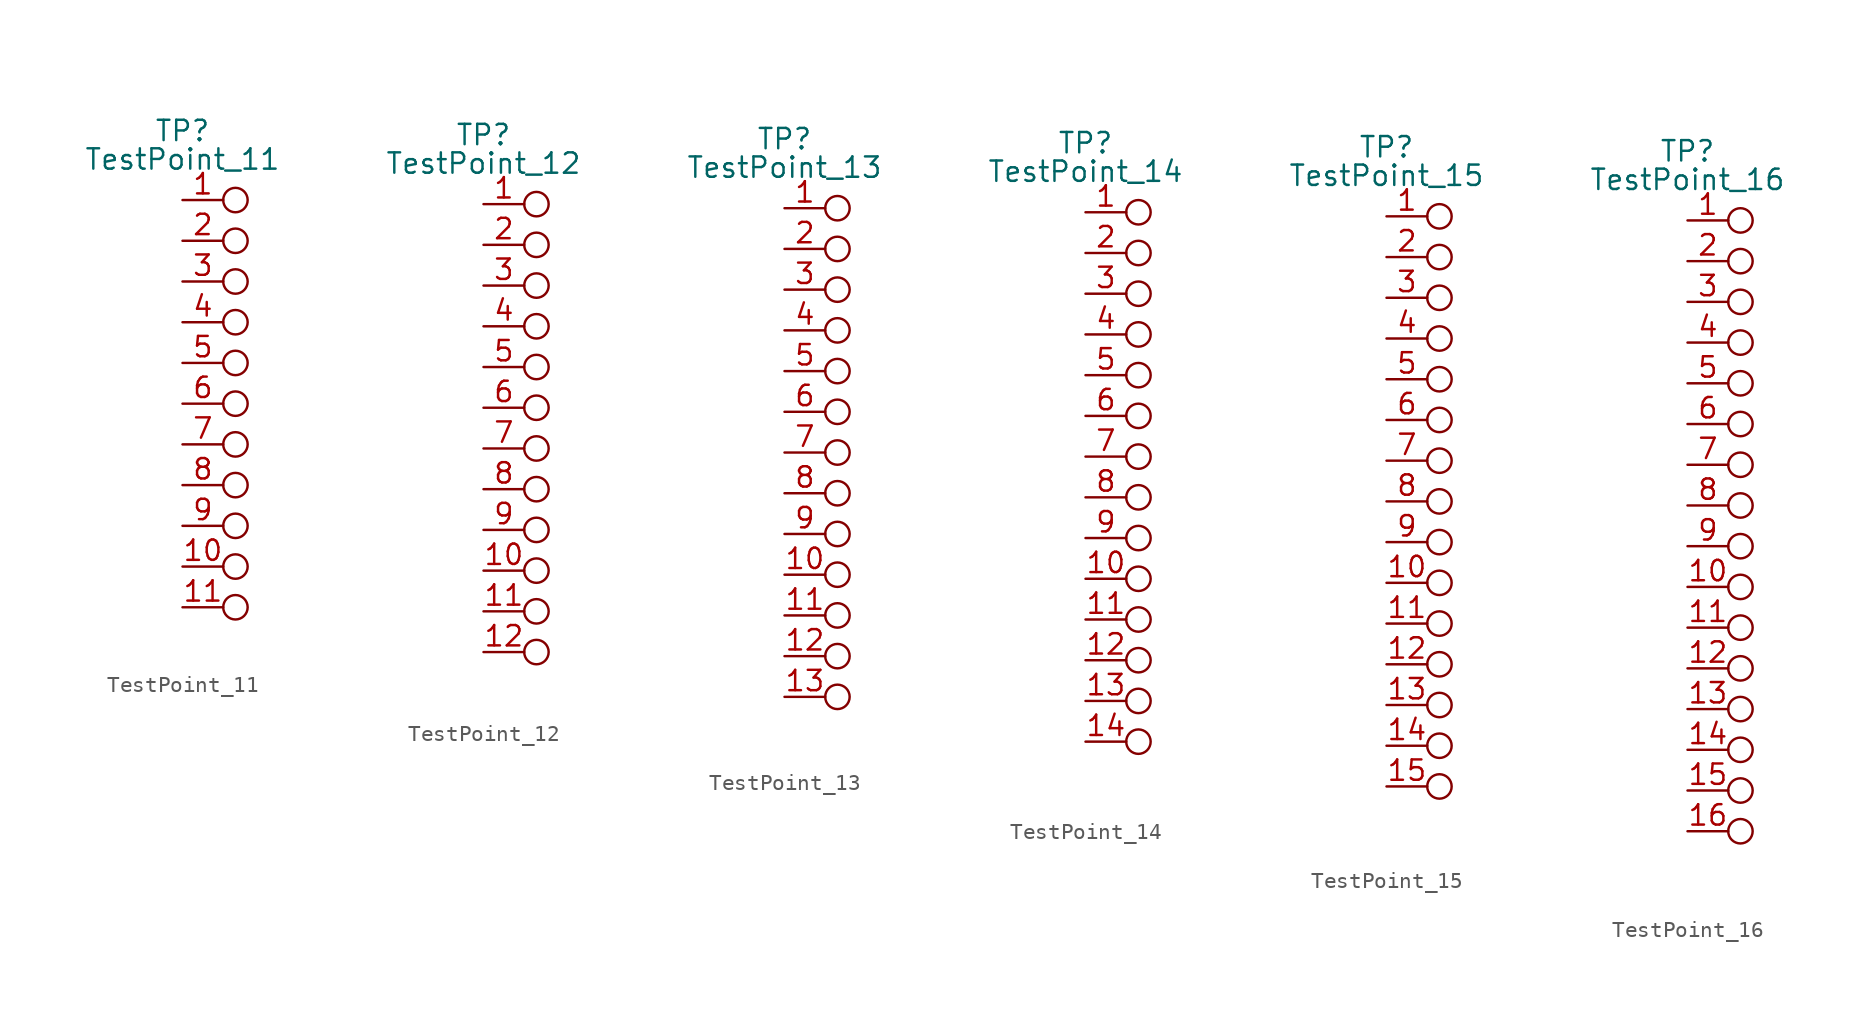
<source format=kicad_sym>
(kicad_symbol_lib
  (version 20211014)
  (generator kicad_symbol_editor)
  (symbol "TestPoint_11"
    (pin_names
      (offset 0.762) hide)
    (property "Reference" "TP"
      (at 0 4.318 0)
      (effects (font (size 1.27 1.27))))
    (property "Value" "TestPoint_11"
      (at 0 2.54 0)
      (effects (font (size 1.27 1.27))))
    (symbol "TestPoint_11_0_1"
      (circle (center 3.302 0) (radius 0.762) (stroke (width 0) (type default) (color 0 0 0 0)) (fill (type none))))
    (symbol "TestPoint_11_1_1"
      (circle (center 3.302 -25.4) (radius 0.762) (stroke (width 0) (type default) (color 0 0 0 0)) (fill (type none)))
      (circle (center 3.302 -22.86) (radius 0.762) (stroke (width 0) (type default) (color 0 0 0 0)) (fill (type none)))
      (circle (center 3.302 -20.32) (radius 0.762) (stroke (width 0) (type default) (color 0 0 0 0)) (fill (type none)))
      (circle (center 3.302 -17.78) (radius 0.762) (stroke (width 0) (type default) (color 0 0 0 0)) (fill (type none)))
      (circle (center 3.302 -15.24) (radius 0.762) (stroke (width 0) (type default) (color 0 0 0 0)) (fill (type none)))
      (circle (center 3.302 -12.7) (radius 0.762) (stroke (width 0) (type default) (color 0 0 0 0)) (fill (type none)))
      (circle (center 3.302 -10.16) (radius 0.762) (stroke (width 0) (type default) (color 0 0 0 0)) (fill (type none)))
      (circle (center 3.302 -7.62) (radius 0.762) (stroke (width 0) (type default) (color 0 0 0 0)) (fill (type none)))
      (circle (center 3.302 -5.08) (radius 0.762) (stroke (width 0) (type default) (color 0 0 0 0)) (fill (type none)))
      (circle (center 3.302 -2.54) (radius 0.762) (stroke (width 0) (type default) (color 0 0 0 0)) (fill (type none)))
      (pin passive line (at 0 0 0) (length 2.54) (name "1" (effects (font (size 1.27 1.27)))) (number "1" (effects (font (size 1.27 1.27)))))
      (pin passive line (at 0 -22.86 0) (length 2.54) (name "10" (effects (font (size 1.27 1.27)))) (number "10" (effects (font (size 1.27 1.27)))))
      (pin passive line (at 0 -25.4 0) (length 2.54) (name "11" (effects (font (size 1.27 1.27)))) (number "11" (effects (font (size 1.27 1.27)))))
      (pin passive line (at 0 -2.54 0) (length 2.54) (name "2" (effects (font (size 1.27 1.27)))) (number "2" (effects (font (size 1.27 1.27)))))
      (pin passive line (at 0 -5.08 0) (length 2.54) (name "3" (effects (font (size 1.27 1.27)))) (number "3" (effects (font (size 1.27 1.27)))))
      (pin passive line (at 0 -7.62 0) (length 2.54) (name "4" (effects (font (size 1.27 1.27)))) (number "4" (effects (font (size 1.27 1.27)))))
      (pin passive line (at 0 -10.16 0) (length 2.54) (name "5" (effects (font (size 1.27 1.27)))) (number "5" (effects (font (size 1.27 1.27)))))
      (pin passive line (at 0 -12.7 0) (length 2.54) (name "6" (effects (font (size 1.27 1.27)))) (number "6" (effects (font (size 1.27 1.27)))))
      (pin passive line (at 0 -15.24 0) (length 2.54) (name "7" (effects (font (size 1.27 1.27)))) (number "7" (effects (font (size 1.27 1.27)))))
      (pin passive line (at 0 -17.78 0) (length 2.54) (name "8" (effects (font (size 1.27 1.27)))) (number "8" (effects (font (size 1.27 1.27)))))
      (pin passive line (at 0 -20.32 0) (length 2.54) (name "9" (effects (font (size 1.27 1.27)))) (number "9" (effects (font (size 1.27 1.27)))))))
  (symbol "TestPoint_12"
    (pin_names
      (offset 0.762) hide)
    (property "Reference" "TP"
      (at 0 4.318 0)
      (effects (font (size 1.27 1.27))))
    (property "Value" "TestPoint_12"
      (at 0 2.54 0)
      (effects (font (size 1.27 1.27))))
    (symbol "TestPoint_12_0_1"
      (circle (center 3.302 0) (radius 0.762) (stroke (width 0) (type default) (color 0 0 0 0)) (fill (type none))))
    (symbol "TestPoint_12_1_1"
      (circle (center 3.302 -27.94) (radius 0.762) (stroke (width 0) (type default) (color 0 0 0 0)) (fill (type none)))
      (circle (center 3.302 -25.4) (radius 0.762) (stroke (width 0) (type default) (color 0 0 0 0)) (fill (type none)))
      (circle (center 3.302 -22.86) (radius 0.762) (stroke (width 0) (type default) (color 0 0 0 0)) (fill (type none)))
      (circle (center 3.302 -20.32) (radius 0.762) (stroke (width 0) (type default) (color 0 0 0 0)) (fill (type none)))
      (circle (center 3.302 -17.78) (radius 0.762) (stroke (width 0) (type default) (color 0 0 0 0)) (fill (type none)))
      (circle (center 3.302 -15.24) (radius 0.762) (stroke (width 0) (type default) (color 0 0 0 0)) (fill (type none)))
      (circle (center 3.302 -12.7) (radius 0.762) (stroke (width 0) (type default) (color 0 0 0 0)) (fill (type none)))
      (circle (center 3.302 -10.16) (radius 0.762) (stroke (width 0) (type default) (color 0 0 0 0)) (fill (type none)))
      (circle (center 3.302 -7.62) (radius 0.762) (stroke (width 0) (type default) (color 0 0 0 0)) (fill (type none)))
      (circle (center 3.302 -5.08) (radius 0.762) (stroke (width 0) (type default) (color 0 0 0 0)) (fill (type none)))
      (circle (center 3.302 -2.54) (radius 0.762) (stroke (width 0) (type default) (color 0 0 0 0)) (fill (type none)))
      (pin passive line (at 0 0 0) (length 2.54) (name "1" (effects (font (size 1.27 1.27)))) (number "1" (effects (font (size 1.27 1.27)))))
      (pin passive line (at 0 -22.86 0) (length 2.54) (name "10" (effects (font (size 1.27 1.27)))) (number "10" (effects (font (size 1.27 1.27)))))
      (pin passive line (at 0 -25.4 0) (length 2.54) (name "11" (effects (font (size 1.27 1.27)))) (number "11" (effects (font (size 1.27 1.27)))))
      (pin passive line (at 0 -27.94 0) (length 2.54) (name "12" (effects (font (size 1.27 1.27)))) (number "12" (effects (font (size 1.27 1.27)))))
      (pin passive line (at 0 -2.54 0) (length 2.54) (name "2" (effects (font (size 1.27 1.27)))) (number "2" (effects (font (size 1.27 1.27)))))
      (pin passive line (at 0 -5.08 0) (length 2.54) (name "3" (effects (font (size 1.27 1.27)))) (number "3" (effects (font (size 1.27 1.27)))))
      (pin passive line (at 0 -7.62 0) (length 2.54) (name "4" (effects (font (size 1.27 1.27)))) (number "4" (effects (font (size 1.27 1.27)))))
      (pin passive line (at 0 -10.16 0) (length 2.54) (name "5" (effects (font (size 1.27 1.27)))) (number "5" (effects (font (size 1.27 1.27)))))
      (pin passive line (at 0 -12.7 0) (length 2.54) (name "6" (effects (font (size 1.27 1.27)))) (number "6" (effects (font (size 1.27 1.27)))))
      (pin passive line (at 0 -15.24 0) (length 2.54) (name "7" (effects (font (size 1.27 1.27)))) (number "7" (effects (font (size 1.27 1.27)))))
      (pin passive line (at 0 -17.78 0) (length 2.54) (name "8" (effects (font (size 1.27 1.27)))) (number "8" (effects (font (size 1.27 1.27)))))
      (pin passive line (at 0 -20.32 0) (length 2.54) (name "9" (effects (font (size 1.27 1.27)))) (number "9" (effects (font (size 1.27 1.27)))))))
  (symbol "TestPoint_13"
    (pin_names
      (offset 0.762) hide)
    (property "Reference" "TP"
      (at 0 4.318 0)
      (effects (font (size 1.27 1.27))))
    (property "Value" "TestPoint_13"
      (at 0 2.54 0)
      (effects (font (size 1.27 1.27))))
    (symbol "TestPoint_13_0_1"
      (circle (center 3.302 0) (radius 0.762) (stroke (width 0) (type default) (color 0 0 0 0)) (fill (type none))))
    (symbol "TestPoint_13_1_1"
      (circle (center 3.302 -30.48) (radius 0.762) (stroke (width 0) (type default) (color 0 0 0 0)) (fill (type none)))
      (circle (center 3.302 -27.94) (radius 0.762) (stroke (width 0) (type default) (color 0 0 0 0)) (fill (type none)))
      (circle (center 3.302 -25.4) (radius 0.762) (stroke (width 0) (type default) (color 0 0 0 0)) (fill (type none)))
      (circle (center 3.302 -22.86) (radius 0.762) (stroke (width 0) (type default) (color 0 0 0 0)) (fill (type none)))
      (circle (center 3.302 -20.32) (radius 0.762) (stroke (width 0) (type default) (color 0 0 0 0)) (fill (type none)))
      (circle (center 3.302 -17.78) (radius 0.762) (stroke (width 0) (type default) (color 0 0 0 0)) (fill (type none)))
      (circle (center 3.302 -15.24) (radius 0.762) (stroke (width 0) (type default) (color 0 0 0 0)) (fill (type none)))
      (circle (center 3.302 -12.7) (radius 0.762) (stroke (width 0) (type default) (color 0 0 0 0)) (fill (type none)))
      (circle (center 3.302 -10.16) (radius 0.762) (stroke (width 0) (type default) (color 0 0 0 0)) (fill (type none)))
      (circle (center 3.302 -7.62) (radius 0.762) (stroke (width 0) (type default) (color 0 0 0 0)) (fill (type none)))
      (circle (center 3.302 -5.08) (radius 0.762) (stroke (width 0) (type default) (color 0 0 0 0)) (fill (type none)))
      (circle (center 3.302 -2.54) (radius 0.762) (stroke (width 0) (type default) (color 0 0 0 0)) (fill (type none)))
      (pin passive line (at 0 0 0) (length 2.54) (name "1" (effects (font (size 1.27 1.27)))) (number "1" (effects (font (size 1.27 1.27)))))
      (pin passive line (at 0 -22.86 0) (length 2.54) (name "10" (effects (font (size 1.27 1.27)))) (number "10" (effects (font (size 1.27 1.27)))))
      (pin passive line (at 0 -25.4 0) (length 2.54) (name "11" (effects (font (size 1.27 1.27)))) (number "11" (effects (font (size 1.27 1.27)))))
      (pin passive line (at 0 -27.94 0) (length 2.54) (name "12" (effects (font (size 1.27 1.27)))) (number "12" (effects (font (size 1.27 1.27)))))
      (pin passive line (at 0 -30.48 0) (length 2.54) (name "13" (effects (font (size 1.27 1.27)))) (number "13" (effects (font (size 1.27 1.27)))))
      (pin passive line (at 0 -2.54 0) (length 2.54) (name "2" (effects (font (size 1.27 1.27)))) (number "2" (effects (font (size 1.27 1.27)))))
      (pin passive line (at 0 -5.08 0) (length 2.54) (name "3" (effects (font (size 1.27 1.27)))) (number "3" (effects (font (size 1.27 1.27)))))
      (pin passive line (at 0 -7.62 0) (length 2.54) (name "4" (effects (font (size 1.27 1.27)))) (number "4" (effects (font (size 1.27 1.27)))))
      (pin passive line (at 0 -10.16 0) (length 2.54) (name "5" (effects (font (size 1.27 1.27)))) (number "5" (effects (font (size 1.27 1.27)))))
      (pin passive line (at 0 -12.7 0) (length 2.54) (name "6" (effects (font (size 1.27 1.27)))) (number "6" (effects (font (size 1.27 1.27)))))
      (pin passive line (at 0 -15.24 0) (length 2.54) (name "7" (effects (font (size 1.27 1.27)))) (number "7" (effects (font (size 1.27 1.27)))))
      (pin passive line (at 0 -17.78 0) (length 2.54) (name "8" (effects (font (size 1.27 1.27)))) (number "8" (effects (font (size 1.27 1.27)))))
      (pin passive line (at 0 -20.32 0) (length 2.54) (name "9" (effects (font (size 1.27 1.27)))) (number "9" (effects (font (size 1.27 1.27)))))))
  (symbol "TestPoint_14"
    (pin_names
      (offset 0.762) hide)
    (property "Reference" "TP"
      (at 0 4.318 0)
      (effects (font (size 1.27 1.27))))
    (property "Value" "TestPoint_14"
      (at 0 2.54 0)
      (effects (font (size 1.27 1.27))))
    (symbol "TestPoint_14_0_1"
      (circle (center 3.302 0) (radius 0.762) (stroke (width 0) (type default) (color 0 0 0 0)) (fill (type none))))
    (symbol "TestPoint_14_1_1"
      (circle (center 3.302 -33.02) (radius 0.762) (stroke (width 0) (type default) (color 0 0 0 0)) (fill (type none)))
      (circle (center 3.302 -30.48) (radius 0.762) (stroke (width 0) (type default) (color 0 0 0 0)) (fill (type none)))
      (circle (center 3.302 -27.94) (radius 0.762) (stroke (width 0) (type default) (color 0 0 0 0)) (fill (type none)))
      (circle (center 3.302 -25.4) (radius 0.762) (stroke (width 0) (type default) (color 0 0 0 0)) (fill (type none)))
      (circle (center 3.302 -22.86) (radius 0.762) (stroke (width 0) (type default) (color 0 0 0 0)) (fill (type none)))
      (circle (center 3.302 -20.32) (radius 0.762) (stroke (width 0) (type default) (color 0 0 0 0)) (fill (type none)))
      (circle (center 3.302 -17.78) (radius 0.762) (stroke (width 0) (type default) (color 0 0 0 0)) (fill (type none)))
      (circle (center 3.302 -15.24) (radius 0.762) (stroke (width 0) (type default) (color 0 0 0 0)) (fill (type none)))
      (circle (center 3.302 -12.7) (radius 0.762) (stroke (width 0) (type default) (color 0 0 0 0)) (fill (type none)))
      (circle (center 3.302 -10.16) (radius 0.762) (stroke (width 0) (type default) (color 0 0 0 0)) (fill (type none)))
      (circle (center 3.302 -7.62) (radius 0.762) (stroke (width 0) (type default) (color 0 0 0 0)) (fill (type none)))
      (circle (center 3.302 -5.08) (radius 0.762) (stroke (width 0) (type default) (color 0 0 0 0)) (fill (type none)))
      (circle (center 3.302 -2.54) (radius 0.762) (stroke (width 0) (type default) (color 0 0 0 0)) (fill (type none)))
      (pin passive line (at 0 0 0) (length 2.54) (name "1" (effects (font (size 1.27 1.27)))) (number "1" (effects (font (size 1.27 1.27)))))
      (pin passive line (at 0 -22.86 0) (length 2.54) (name "10" (effects (font (size 1.27 1.27)))) (number "10" (effects (font (size 1.27 1.27)))))
      (pin passive line (at 0 -25.4 0) (length 2.54) (name "11" (effects (font (size 1.27 1.27)))) (number "11" (effects (font (size 1.27 1.27)))))
      (pin passive line (at 0 -27.94 0) (length 2.54) (name "12" (effects (font (size 1.27 1.27)))) (number "12" (effects (font (size 1.27 1.27)))))
      (pin passive line (at 0 -30.48 0) (length 2.54) (name "13" (effects (font (size 1.27 1.27)))) (number "13" (effects (font (size 1.27 1.27)))))
      (pin passive line (at 0 -33.02 0) (length 2.54) (name "14" (effects (font (size 1.27 1.27)))) (number "14" (effects (font (size 1.27 1.27)))))
      (pin passive line (at 0 -2.54 0) (length 2.54) (name "2" (effects (font (size 1.27 1.27)))) (number "2" (effects (font (size 1.27 1.27)))))
      (pin passive line (at 0 -5.08 0) (length 2.54) (name "3" (effects (font (size 1.27 1.27)))) (number "3" (effects (font (size 1.27 1.27)))))
      (pin passive line (at 0 -7.62 0) (length 2.54) (name "4" (effects (font (size 1.27 1.27)))) (number "4" (effects (font (size 1.27 1.27)))))
      (pin passive line (at 0 -10.16 0) (length 2.54) (name "5" (effects (font (size 1.27 1.27)))) (number "5" (effects (font (size 1.27 1.27)))))
      (pin passive line (at 0 -12.7 0) (length 2.54) (name "6" (effects (font (size 1.27 1.27)))) (number "6" (effects (font (size 1.27 1.27)))))
      (pin passive line (at 0 -15.24 0) (length 2.54) (name "7" (effects (font (size 1.27 1.27)))) (number "7" (effects (font (size 1.27 1.27)))))
      (pin passive line (at 0 -17.78 0) (length 2.54) (name "8" (effects (font (size 1.27 1.27)))) (number "8" (effects (font (size 1.27 1.27)))))
      (pin passive line (at 0 -20.32 0) (length 2.54) (name "9" (effects (font (size 1.27 1.27)))) (number "9" (effects (font (size 1.27 1.27)))))))
  (symbol "TestPoint_15"
    (pin_names
      (offset 0.762) hide)
    (property "Reference" "TP"
      (at 0 4.318 0)
      (effects (font (size 1.27 1.27))))
    (property "Value" "TestPoint_15"
      (at 0 2.54 0)
      (effects (font (size 1.27 1.27))))
    (symbol "TestPoint_15_0_1"
      (circle (center 3.302 0) (radius 0.762) (stroke (width 0) (type default) (color 0 0 0 0)) (fill (type none))))
    (symbol "TestPoint_15_1_1"
      (circle (center 3.302 -35.56) (radius 0.762) (stroke (width 0) (type default) (color 0 0 0 0)) (fill (type none)))
      (circle (center 3.302 -33.02) (radius 0.762) (stroke (width 0) (type default) (color 0 0 0 0)) (fill (type none)))
      (circle (center 3.302 -30.48) (radius 0.762) (stroke (width 0) (type default) (color 0 0 0 0)) (fill (type none)))
      (circle (center 3.302 -27.94) (radius 0.762) (stroke (width 0) (type default) (color 0 0 0 0)) (fill (type none)))
      (circle (center 3.302 -25.4) (radius 0.762) (stroke (width 0) (type default) (color 0 0 0 0)) (fill (type none)))
      (circle (center 3.302 -22.86) (radius 0.762) (stroke (width 0) (type default) (color 0 0 0 0)) (fill (type none)))
      (circle (center 3.302 -20.32) (radius 0.762) (stroke (width 0) (type default) (color 0 0 0 0)) (fill (type none)))
      (circle (center 3.302 -17.78) (radius 0.762) (stroke (width 0) (type default) (color 0 0 0 0)) (fill (type none)))
      (circle (center 3.302 -15.24) (radius 0.762) (stroke (width 0) (type default) (color 0 0 0 0)) (fill (type none)))
      (circle (center 3.302 -12.7) (radius 0.762) (stroke (width 0) (type default) (color 0 0 0 0)) (fill (type none)))
      (circle (center 3.302 -10.16) (radius 0.762) (stroke (width 0) (type default) (color 0 0 0 0)) (fill (type none)))
      (circle (center 3.302 -7.62) (radius 0.762) (stroke (width 0) (type default) (color 0 0 0 0)) (fill (type none)))
      (circle (center 3.302 -5.08) (radius 0.762) (stroke (width 0) (type default) (color 0 0 0 0)) (fill (type none)))
      (circle (center 3.302 -2.54) (radius 0.762) (stroke (width 0) (type default) (color 0 0 0 0)) (fill (type none)))
      (pin passive line (at 0 0 0) (length 2.54) (name "1" (effects (font (size 1.27 1.27)))) (number "1" (effects (font (size 1.27 1.27)))))
      (pin passive line (at 0 -22.86 0) (length 2.54) (name "10" (effects (font (size 1.27 1.27)))) (number "10" (effects (font (size 1.27 1.27)))))
      (pin passive line (at 0 -25.4 0) (length 2.54) (name "11" (effects (font (size 1.27 1.27)))) (number "11" (effects (font (size 1.27 1.27)))))
      (pin passive line (at 0 -27.94 0) (length 2.54) (name "12" (effects (font (size 1.27 1.27)))) (number "12" (effects (font (size 1.27 1.27)))))
      (pin passive line (at 0 -30.48 0) (length 2.54) (name "13" (effects (font (size 1.27 1.27)))) (number "13" (effects (font (size 1.27 1.27)))))
      (pin passive line (at 0 -33.02 0) (length 2.54) (name "14" (effects (font (size 1.27 1.27)))) (number "14" (effects (font (size 1.27 1.27)))))
      (pin passive line (at 0 -35.56 0) (length 2.54) (name "15" (effects (font (size 1.27 1.27)))) (number "15" (effects (font (size 1.27 1.27)))))
      (pin passive line (at 0 -2.54 0) (length 2.54) (name "2" (effects (font (size 1.27 1.27)))) (number "2" (effects (font (size 1.27 1.27)))))
      (pin passive line (at 0 -5.08 0) (length 2.54) (name "3" (effects (font (size 1.27 1.27)))) (number "3" (effects (font (size 1.27 1.27)))))
      (pin passive line (at 0 -7.62 0) (length 2.54) (name "4" (effects (font (size 1.27 1.27)))) (number "4" (effects (font (size 1.27 1.27)))))
      (pin passive line (at 0 -10.16 0) (length 2.54) (name "5" (effects (font (size 1.27 1.27)))) (number "5" (effects (font (size 1.27 1.27)))))
      (pin passive line (at 0 -12.7 0) (length 2.54) (name "6" (effects (font (size 1.27 1.27)))) (number "6" (effects (font (size 1.27 1.27)))))
      (pin passive line (at 0 -15.24 0) (length 2.54) (name "7" (effects (font (size 1.27 1.27)))) (number "7" (effects (font (size 1.27 1.27)))))
      (pin passive line (at 0 -17.78 0) (length 2.54) (name "8" (effects (font (size 1.27 1.27)))) (number "8" (effects (font (size 1.27 1.27)))))
      (pin passive line (at 0 -20.32 0) (length 2.54) (name "9" (effects (font (size 1.27 1.27)))) (number "9" (effects (font (size 1.27 1.27)))))))
  (symbol "TestPoint_16"
    (pin_names
      (offset 0.762) hide)
    (property "Reference" "TP"
      (at 0 4.318 0)
      (effects (font (size 1.27 1.27))))
    (property "Value" "TestPoint_16"
      (at 0 2.54 0)
      (effects (font (size 1.27 1.27))))
    (symbol "TestPoint_16_0_1"
      (circle (center 3.302 0) (radius 0.762) (stroke (width 0) (type default) (color 0 0 0 0)) (fill (type none))))
    (symbol "TestPoint_16_1_1"
      (circle (center 3.302 -38.1) (radius 0.762) (stroke (width 0) (type default) (color 0 0 0 0)) (fill (type none)))
      (circle (center 3.302 -35.56) (radius 0.762) (stroke (width 0) (type default) (color 0 0 0 0)) (fill (type none)))
      (circle (center 3.302 -33.02) (radius 0.762) (stroke (width 0) (type default) (color 0 0 0 0)) (fill (type none)))
      (circle (center 3.302 -30.48) (radius 0.762) (stroke (width 0) (type default) (color 0 0 0 0)) (fill (type none)))
      (circle (center 3.302 -27.94) (radius 0.762) (stroke (width 0) (type default) (color 0 0 0 0)) (fill (type none)))
      (circle (center 3.302 -25.4) (radius 0.762) (stroke (width 0) (type default) (color 0 0 0 0)) (fill (type none)))
      (circle (center 3.302 -22.86) (radius 0.762) (stroke (width 0) (type default) (color 0 0 0 0)) (fill (type none)))
      (circle (center 3.302 -20.32) (radius 0.762) (stroke (width 0) (type default) (color 0 0 0 0)) (fill (type none)))
      (circle (center 3.302 -17.78) (radius 0.762) (stroke (width 0) (type default) (color 0 0 0 0)) (fill (type none)))
      (circle (center 3.302 -15.24) (radius 0.762) (stroke (width 0) (type default) (color 0 0 0 0)) (fill (type none)))
      (circle (center 3.302 -12.7) (radius 0.762) (stroke (width 0) (type default) (color 0 0 0 0)) (fill (type none)))
      (circle (center 3.302 -10.16) (radius 0.762) (stroke (width 0) (type default) (color 0 0 0 0)) (fill (type none)))
      (circle (center 3.302 -7.62) (radius 0.762) (stroke (width 0) (type default) (color 0 0 0 0)) (fill (type none)))
      (circle (center 3.302 -5.08) (radius 0.762) (stroke (width 0) (type default) (color 0 0 0 0)) (fill (type none)))
      (circle (center 3.302 -2.54) (radius 0.762) (stroke (width 0) (type default) (color 0 0 0 0)) (fill (type none)))
      (pin passive line (at 0 0 0) (length 2.54) (name "1" (effects (font (size 1.27 1.27)))) (number "1" (effects (font (size 1.27 1.27)))))
      (pin passive line (at 0 -22.86 0) (length 2.54) (name "10" (effects (font (size 1.27 1.27)))) (number "10" (effects (font (size 1.27 1.27)))))
      (pin passive line (at 0 -25.4 0) (length 2.54) (name "11" (effects (font (size 1.27 1.27)))) (number "11" (effects (font (size 1.27 1.27)))))
      (pin passive line (at 0 -27.94 0) (length 2.54) (name "12" (effects (font (size 1.27 1.27)))) (number "12" (effects (font (size 1.27 1.27)))))
      (pin passive line (at 0 -30.48 0) (length 2.54) (name "13" (effects (font (size 1.27 1.27)))) (number "13" (effects (font (size 1.27 1.27)))))
      (pin passive line (at 0 -33.02 0) (length 2.54) (name "14" (effects (font (size 1.27 1.27)))) (number "14" (effects (font (size 1.27 1.27)))))
      (pin passive line (at 0 -35.56 0) (length 2.54) (name "15" (effects (font (size 1.27 1.27)))) (number "15" (effects (font (size 1.27 1.27)))))
      (pin passive line (at 0 -38.1 0) (length 2.54) (name "16" (effects (font (size 1.27 1.27)))) (number "16" (effects (font (size 1.27 1.27)))))
      (pin passive line (at 0 -2.54 0) (length 2.54) (name "2" (effects (font (size 1.27 1.27)))) (number "2" (effects (font (size 1.27 1.27)))))
      (pin passive line (at 0 -5.08 0) (length 2.54) (name "3" (effects (font (size 1.27 1.27)))) (number "3" (effects (font (size 1.27 1.27)))))
      (pin passive line (at 0 -7.62 0) (length 2.54) (name "4" (effects (font (size 1.27 1.27)))) (number "4" (effects (font (size 1.27 1.27)))))
      (pin passive line (at 0 -10.16 0) (length 2.54) (name "5" (effects (font (size 1.27 1.27)))) (number "5" (effects (font (size 1.27 1.27)))))
      (pin passive line (at 0 -12.7 0) (length 2.54) (name "6" (effects (font (size 1.27 1.27)))) (number "6" (effects (font (size 1.27 1.27)))))
      (pin passive line (at 0 -15.24 0) (length 2.54) (name "7" (effects (font (size 1.27 1.27)))) (number "7" (effects (font (size 1.27 1.27)))))
      (pin passive line (at 0 -17.78 0) (length 2.54) (name "8" (effects (font (size 1.27 1.27)))) (number "8" (effects (font (size 1.27 1.27)))))
      (pin passive line (at 0 -20.32 0) (length 2.54) (name "9" (effects (font (size 1.27 1.27)))) (number "9" (effects (font (size 1.27 1.27))))))))
</source>
